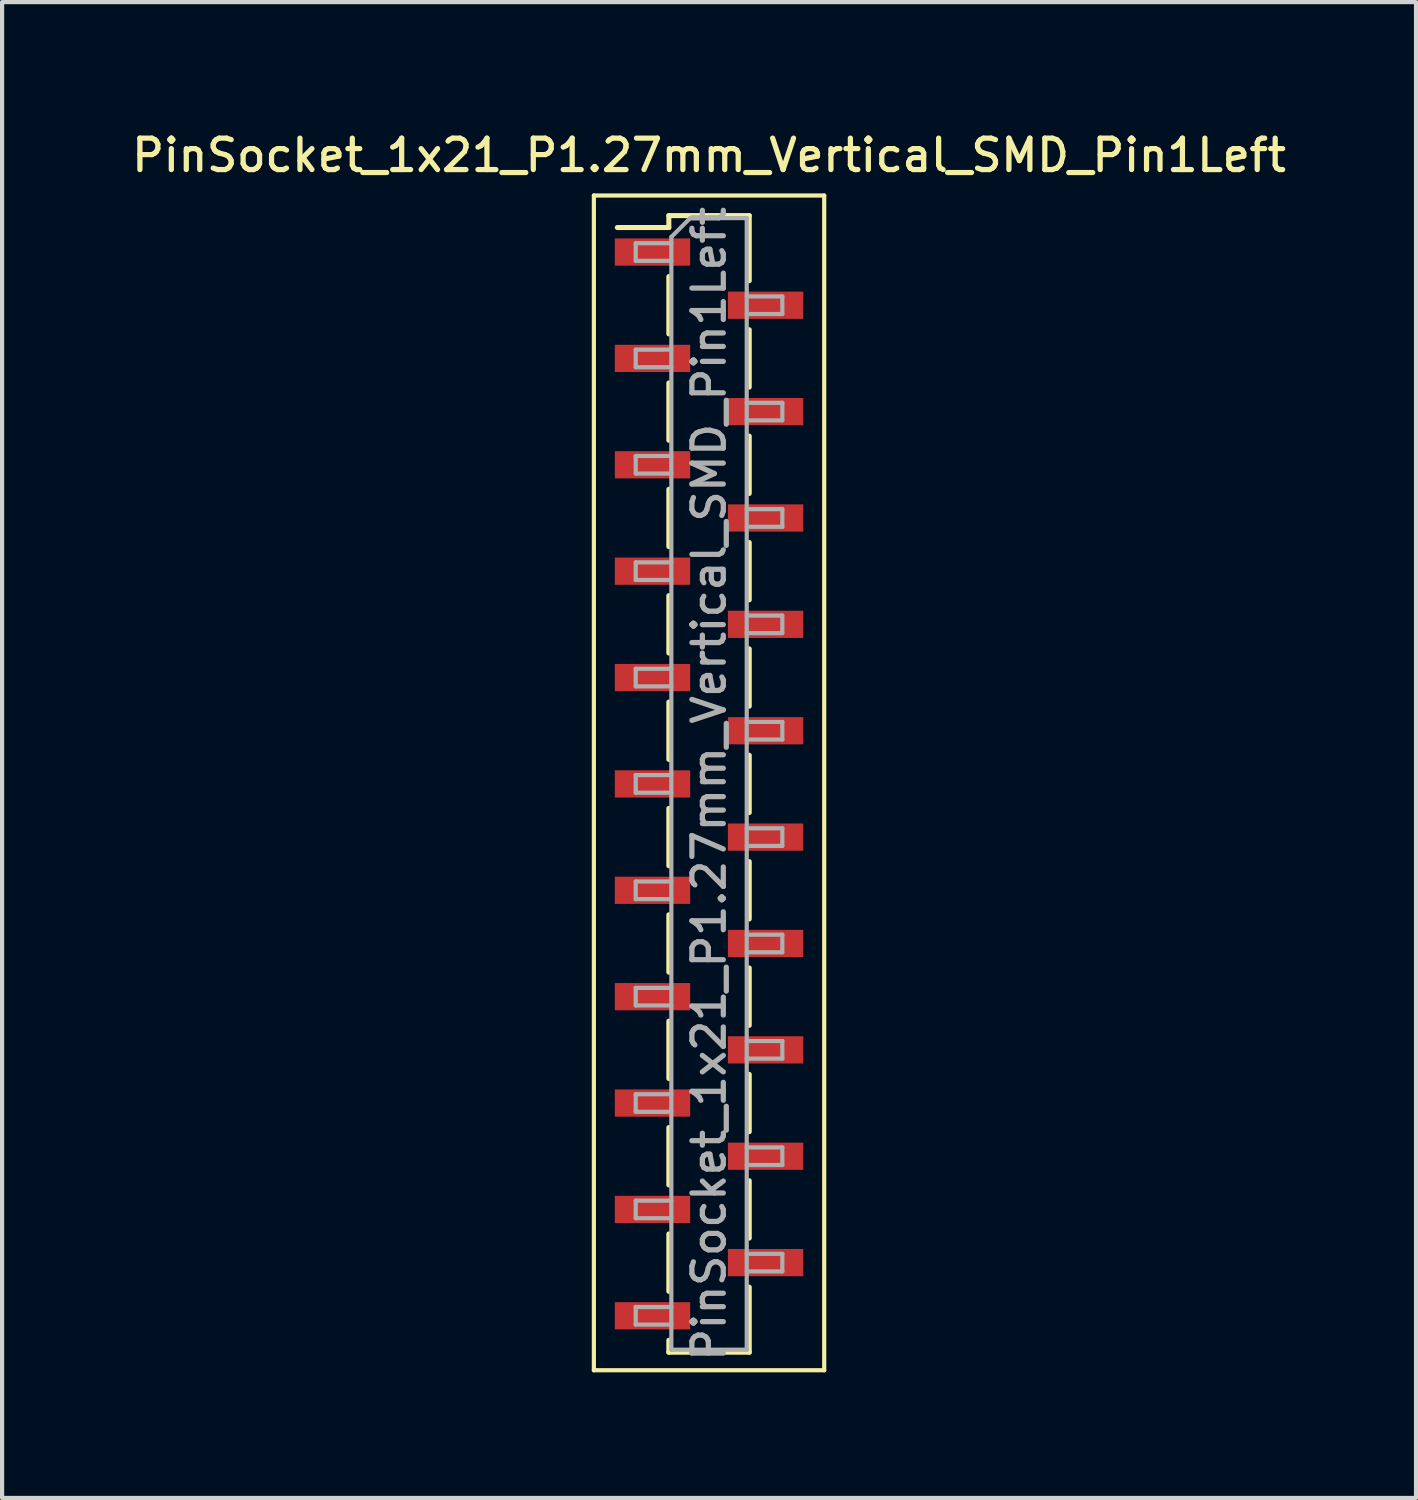
<source format=kicad_pcb>
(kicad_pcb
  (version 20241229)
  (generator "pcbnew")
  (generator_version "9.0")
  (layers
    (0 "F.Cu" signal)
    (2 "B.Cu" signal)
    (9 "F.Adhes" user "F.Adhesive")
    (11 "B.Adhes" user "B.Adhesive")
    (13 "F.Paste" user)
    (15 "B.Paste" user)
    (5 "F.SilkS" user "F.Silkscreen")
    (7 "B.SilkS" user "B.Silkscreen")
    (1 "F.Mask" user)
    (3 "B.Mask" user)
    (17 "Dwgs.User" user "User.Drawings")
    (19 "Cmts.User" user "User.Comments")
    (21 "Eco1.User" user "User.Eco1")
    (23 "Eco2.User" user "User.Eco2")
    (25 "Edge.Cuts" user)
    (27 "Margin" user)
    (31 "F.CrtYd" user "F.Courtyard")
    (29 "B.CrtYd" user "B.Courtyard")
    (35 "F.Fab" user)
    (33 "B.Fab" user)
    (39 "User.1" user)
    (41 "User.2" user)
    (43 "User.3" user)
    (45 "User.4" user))
  (footprint "PinSocket_1x21_P1.27mm_Vertical_SMD_Pin1Left"
    (layer "F.Cu")
    (at 13.88 15.668)
    (property "Reference" "PinSocket_1x21_P1.27mm_Vertical_SMD_Pin1Left" (at 0 -15.01 0) (layer "F.SilkS") (effects (font (size 0.75 0.75) (thickness 0.125))))
    (attr smd)
    (fp_line (start -2.75 -14.05) (end 2.75 -14.05) (stroke (width 0.1) (type solid)) (layer "F.SilkS"))
    (fp_line (start -2.75 14) (end -2.75 -14.05) (stroke (width 0.1) (type solid)) (layer "F.SilkS"))
    (fp_line (start -2.19 -13.285) (end -0.96 -13.285) (stroke (width 0.12) (type solid)) (layer "F.SilkS"))
    (fp_line (start -0.96 -13.57) (end -0.96 -13.285) (stroke (width 0.12) (type solid)) (layer "F.SilkS"))
    (fp_line (start -0.96 -13.57) (end 0.96 -13.57) (stroke (width 0.12) (type solid)) (layer "F.SilkS"))
    (fp_line (start -0.96 -12.115) (end -0.96 -10.745) (stroke (width 0.12) (type solid)) (layer "F.SilkS"))
    (fp_line (start -0.96 -9.575) (end -0.96 -8.205) (stroke (width 0.12) (type solid)) (layer "F.SilkS"))
    (fp_line (start -0.96 -7.035) (end -0.96 -5.665) (stroke (width 0.12) (type solid)) (layer "F.SilkS"))
    (fp_line (start -0.96 -4.495) (end -0.96 -3.125) (stroke (width 0.12) (type solid)) (layer "F.SilkS"))
    (fp_line (start -0.96 -1.955) (end -0.96 -0.585) (stroke (width 0.12) (type solid)) (layer "F.SilkS"))
    (fp_line (start -0.96 0.585) (end -0.96 1.955) (stroke (width 0.12) (type solid)) (layer "F.SilkS"))
    (fp_line (start -0.96 3.125) (end -0.96 4.495) (stroke (width 0.12) (type solid)) (layer "F.SilkS"))
    (fp_line (start -0.96 5.665) (end -0.96 7.035) (stroke (width 0.12) (type solid)) (layer "F.SilkS"))
    (fp_line (start -0.96 8.205) (end -0.96 9.575) (stroke (width 0.12) (type solid)) (layer "F.SilkS"))
    (fp_line (start -0.96 10.745) (end -0.96 12.115) (stroke (width 0.12) (type solid)) (layer "F.SilkS"))
    (fp_line (start -0.96 13.285) (end -0.96 13.57) (stroke (width 0.12) (type solid)) (layer "F.SilkS"))
    (fp_line (start -0.96 13.57) (end 0.96 13.57) (stroke (width 0.12) (type solid)) (layer "F.SilkS"))
    (fp_line (start 0.96 -13.57) (end 0.96 -12.015) (stroke (width 0.12) (type solid)) (layer "F.SilkS"))
    (fp_line (start 0.96 -10.845) (end 0.96 -9.475) (stroke (width 0.12) (type solid)) (layer "F.SilkS"))
    (fp_line (start 0.96 -8.305) (end 0.96 -6.935) (stroke (width 0.12) (type solid)) (layer "F.SilkS"))
    (fp_line (start 0.96 -5.765) (end 0.96 -4.395) (stroke (width 0.12) (type solid)) (layer "F.SilkS"))
    (fp_line (start 0.96 -3.225) (end 0.96 -1.855) (stroke (width 0.12) (type solid)) (layer "F.SilkS"))
    (fp_line (start 0.96 -0.685) (end 0.96 0.685) (stroke (width 0.12) (type solid)) (layer "F.SilkS"))
    (fp_line (start 0.96 1.855) (end 0.96 3.225) (stroke (width 0.12) (type solid)) (layer "F.SilkS"))
    (fp_line (start 0.96 4.395) (end 0.96 5.765) (stroke (width 0.12) (type solid)) (layer "F.SilkS"))
    (fp_line (start 0.96 6.935) (end 0.96 8.305) (stroke (width 0.12) (type solid)) (layer "F.SilkS"))
    (fp_line (start 0.96 9.475) (end 0.96 10.845) (stroke (width 0.12) (type solid)) (layer "F.SilkS"))
    (fp_line (start 0.96 12.015) (end 0.96 13.57) (stroke (width 0.12) (type solid)) (layer "F.SilkS"))
    (fp_line (start 2.75 -14.05) (end 2.75 14) (stroke (width 0.1) (type solid)) (layer "F.SilkS"))
    (fp_line (start 2.75 14) (end -2.75 14) (stroke (width 0.1) (type solid)) (layer "F.SilkS"))
    (fp_line (start -1.75 -12.91) (end -0.9 -12.91) (stroke (width 0.1) (type solid)) (layer "F.Fab"))
    (fp_line (start -1.75 -12.49) (end -1.75 -12.91) (stroke (width 0.1) (type solid)) (layer "F.Fab"))
    (fp_line (start -1.75 -10.37) (end -0.9 -10.37) (stroke (width 0.1) (type solid)) (layer "F.Fab"))
    (fp_line (start -1.75 -9.95) (end -1.75 -10.37) (stroke (width 0.1) (type solid)) (layer "F.Fab"))
    (fp_line (start -1.75 -7.83) (end -0.9 -7.83) (stroke (width 0.1) (type solid)) (layer "F.Fab"))
    (fp_line (start -1.75 -7.41) (end -1.75 -7.83) (stroke (width 0.1) (type solid)) (layer "F.Fab"))
    (fp_line (start -1.75 -5.29) (end -0.9 -5.29) (stroke (width 0.1) (type solid)) (layer "F.Fab"))
    (fp_line (start -1.75 -4.87) (end -1.75 -5.29) (stroke (width 0.1) (type solid)) (layer "F.Fab"))
    (fp_line (start -1.75 -2.75) (end -0.9 -2.75) (stroke (width 0.1) (type solid)) (layer "F.Fab"))
    (fp_line (start -1.75 -2.33) (end -1.75 -2.75) (stroke (width 0.1) (type solid)) (layer "F.Fab"))
    (fp_line (start -1.75 -0.21) (end -0.9 -0.21) (stroke (width 0.1) (type solid)) (layer "F.Fab"))
    (fp_line (start -1.75 0.21) (end -1.75 -0.21) (stroke (width 0.1) (type solid)) (layer "F.Fab"))
    (fp_line (start -1.75 2.33) (end -0.9 2.33) (stroke (width 0.1) (type solid)) (layer "F.Fab"))
    (fp_line (start -1.75 2.75) (end -1.75 2.33) (stroke (width 0.1) (type solid)) (layer "F.Fab"))
    (fp_line (start -1.75 4.87) (end -0.9 4.87) (stroke (width 0.1) (type solid)) (layer "F.Fab"))
    (fp_line (start -1.75 5.29) (end -1.75 4.87) (stroke (width 0.1) (type solid)) (layer "F.Fab"))
    (fp_line (start -1.75 7.41) (end -0.9 7.41) (stroke (width 0.1) (type solid)) (layer "F.Fab"))
    (fp_line (start -1.75 7.83) (end -1.75 7.41) (stroke (width 0.1) (type solid)) (layer "F.Fab"))
    (fp_line (start -1.75 9.95) (end -0.9 9.95) (stroke (width 0.1) (type solid)) (layer "F.Fab"))
    (fp_line (start -1.75 10.37) (end -1.75 9.95) (stroke (width 0.1) (type solid)) (layer "F.Fab"))
    (fp_line (start -1.75 12.49) (end -0.9 12.49) (stroke (width 0.1) (type solid)) (layer "F.Fab"))
    (fp_line (start -1.75 12.91) (end -1.75 12.49) (stroke (width 0.1) (type solid)) (layer "F.Fab"))
    (fp_line (start -0.9 -13.06) (end -0.45 -13.51) (stroke (width 0.1) (type solid)) (layer "F.Fab"))
    (fp_line (start -0.9 -12.49) (end -1.75 -12.49) (stroke (width 0.1) (type solid)) (layer "F.Fab"))
    (fp_line (start -0.9 -9.95) (end -1.75 -9.95) (stroke (width 0.1) (type solid)) (layer "F.Fab"))
    (fp_line (start -0.9 -7.41) (end -1.75 -7.41) (stroke (width 0.1) (type solid)) (layer "F.Fab"))
    (fp_line (start -0.9 -4.87) (end -1.75 -4.87) (stroke (width 0.1) (type solid)) (layer "F.Fab"))
    (fp_line (start -0.9 -2.33) (end -1.75 -2.33) (stroke (width 0.1) (type solid)) (layer "F.Fab"))
    (fp_line (start -0.9 0.21) (end -1.75 0.21) (stroke (width 0.1) (type solid)) (layer "F.Fab"))
    (fp_line (start -0.9 2.75) (end -1.75 2.75) (stroke (width 0.1) (type solid)) (layer "F.Fab"))
    (fp_line (start -0.9 5.29) (end -1.75 5.29) (stroke (width 0.1) (type solid)) (layer "F.Fab"))
    (fp_line (start -0.9 7.83) (end -1.75 7.83) (stroke (width 0.1) (type solid)) (layer "F.Fab"))
    (fp_line (start -0.9 10.37) (end -1.75 10.37) (stroke (width 0.1) (type solid)) (layer "F.Fab"))
    (fp_line (start -0.9 12.91) (end -1.75 12.91) (stroke (width 0.1) (type solid)) (layer "F.Fab"))
    (fp_line (start -0.9 13.51) (end -0.9 -13.06) (stroke (width 0.1) (type solid)) (layer "F.Fab"))
    (fp_line (start -0.45 -13.51) (end 0.9 -13.51) (stroke (width 0.1) (type solid)) (layer "F.Fab"))
    (fp_line (start 0.9 -13.51) (end 0.9 13.51) (stroke (width 0.1) (type solid)) (layer "F.Fab"))
    (fp_line (start 0.9 -11.64) (end 1.75 -11.64) (stroke (width 0.1) (type solid)) (layer "F.Fab"))
    (fp_line (start 0.9 -9.1) (end 1.75 -9.1) (stroke (width 0.1) (type solid)) (layer "F.Fab"))
    (fp_line (start 0.9 -6.56) (end 1.75 -6.56) (stroke (width 0.1) (type solid)) (layer "F.Fab"))
    (fp_line (start 0.9 -4.02) (end 1.75 -4.02) (stroke (width 0.1) (type solid)) (layer "F.Fab"))
    (fp_line (start 0.9 -1.48) (end 1.75 -1.48) (stroke (width 0.1) (type solid)) (layer "F.Fab"))
    (fp_line (start 0.9 1.06) (end 1.75 1.06) (stroke (width 0.1) (type solid)) (layer "F.Fab"))
    (fp_line (start 0.9 3.6) (end 1.75 3.6) (stroke (width 0.1) (type solid)) (layer "F.Fab"))
    (fp_line (start 0.9 6.14) (end 1.75 6.14) (stroke (width 0.1) (type solid)) (layer "F.Fab"))
    (fp_line (start 0.9 8.68) (end 1.75 8.68) (stroke (width 0.1) (type solid)) (layer "F.Fab"))
    (fp_line (start 0.9 11.22) (end 1.75 11.22) (stroke (width 0.1) (type solid)) (layer "F.Fab"))
    (fp_line (start 0.9 13.51) (end -0.9 13.51) (stroke (width 0.1) (type solid)) (layer "F.Fab"))
    (fp_line (start 1.75 -11.64) (end 1.75 -11.22) (stroke (width 0.1) (type solid)) (layer "F.Fab"))
    (fp_line (start 1.75 -11.22) (end 0.9 -11.22) (stroke (width 0.1) (type solid)) (layer "F.Fab"))
    (fp_line (start 1.75 -9.1) (end 1.75 -8.68) (stroke (width 0.1) (type solid)) (layer "F.Fab"))
    (fp_line (start 1.75 -8.68) (end 0.9 -8.68) (stroke (width 0.1) (type solid)) (layer "F.Fab"))
    (fp_line (start 1.75 -6.56) (end 1.75 -6.14) (stroke (width 0.1) (type solid)) (layer "F.Fab"))
    (fp_line (start 1.75 -6.14) (end 0.9 -6.14) (stroke (width 0.1) (type solid)) (layer "F.Fab"))
    (fp_line (start 1.75 -4.02) (end 1.75 -3.6) (stroke (width 0.1) (type solid)) (layer "F.Fab"))
    (fp_line (start 1.75 -3.6) (end 0.9 -3.6) (stroke (width 0.1) (type solid)) (layer "F.Fab"))
    (fp_line (start 1.75 -1.48) (end 1.75 -1.06) (stroke (width 0.1) (type solid)) (layer "F.Fab"))
    (fp_line (start 1.75 -1.06) (end 0.9 -1.06) (stroke (width 0.1) (type solid)) (layer "F.Fab"))
    (fp_line (start 1.75 1.06) (end 1.75 1.48) (stroke (width 0.1) (type solid)) (layer "F.Fab"))
    (fp_line (start 1.75 1.48) (end 0.9 1.48) (stroke (width 0.1) (type solid)) (layer "F.Fab"))
    (fp_line (start 1.75 3.6) (end 1.75 4.02) (stroke (width 0.1) (type solid)) (layer "F.Fab"))
    (fp_line (start 1.75 4.02) (end 0.9 4.02) (stroke (width 0.1) (type solid)) (layer "F.Fab"))
    (fp_line (start 1.75 6.14) (end 1.75 6.56) (stroke (width 0.1) (type solid)) (layer "F.Fab"))
    (fp_line (start 1.75 6.56) (end 0.9 6.56) (stroke (width 0.1) (type solid)) (layer "F.Fab"))
    (fp_line (start 1.75 8.68) (end 1.75 9.1) (stroke (width 0.1) (type solid)) (layer "F.Fab"))
    (fp_line (start 1.75 9.1) (end 0.9 9.1) (stroke (width 0.1) (type solid)) (layer "F.Fab"))
    (fp_line (start 1.75 11.22) (end 1.75 11.64) (stroke (width 0.1) (type solid)) (layer "F.Fab"))
    (fp_line (start 1.75 11.64) (end 0.9 11.64) (stroke (width 0.1) (type solid)) (layer "F.Fab"))
    (fp_text user "${REFERENCE}" (at 0 0 90) (layer "F.Fab") (effects (font (size 0.75 0.75) (thickness 0.125))))
    (pad "1" smd rect (at -1.35 -12.7) (size 1.8 0.65) (layers "F.Cu" "F.Mask" "F.Paste"))
    (pad "2" smd rect (at 1.35 -11.43) (size 1.8 0.65) (layers "F.Cu" "F.Mask" "F.Paste"))
    (pad "3" smd rect (at -1.35 -10.16) (size 1.8 0.65) (layers "F.Cu" "F.Mask" "F.Paste"))
    (pad "4" smd rect (at 1.35 -8.89) (size 1.8 0.65) (layers "F.Cu" "F.Mask" "F.Paste"))
    (pad "5" smd rect (at -1.35 -7.62) (size 1.8 0.65) (layers "F.Cu" "F.Mask" "F.Paste"))
    (pad "6" smd rect (at 1.35 -6.35) (size 1.8 0.65) (layers "F.Cu" "F.Mask" "F.Paste"))
    (pad "7" smd rect (at -1.35 -5.08) (size 1.8 0.65) (layers "F.Cu" "F.Mask" "F.Paste"))
    (pad "8" smd rect (at 1.35 -3.81) (size 1.8 0.65) (layers "F.Cu" "F.Mask" "F.Paste"))
    (pad "9" smd rect (at -1.35 -2.54) (size 1.8 0.65) (layers "F.Cu" "F.Mask" "F.Paste"))
    (pad "10" smd rect (at 1.35 -1.27) (size 1.8 0.65) (layers "F.Cu" "F.Mask" "F.Paste"))
    (pad "11" smd rect (at -1.35 0) (size 1.8 0.65) (layers "F.Cu" "F.Mask" "F.Paste"))
    (pad "12" smd rect (at 1.35 1.27) (size 1.8 0.65) (layers "F.Cu" "F.Mask" "F.Paste"))
    (pad "13" smd rect (at -1.35 2.54) (size 1.8 0.65) (layers "F.Cu" "F.Mask" "F.Paste"))
    (pad "14" smd rect (at 1.35 3.81) (size 1.8 0.65) (layers "F.Cu" "F.Mask" "F.Paste"))
    (pad "15" smd rect (at -1.35 5.08) (size 1.8 0.65) (layers "F.Cu" "F.Mask" "F.Paste"))
    (pad "16" smd rect (at 1.35 6.35) (size 1.8 0.65) (layers "F.Cu" "F.Mask" "F.Paste"))
    (pad "17" smd rect (at -1.35 7.62) (size 1.8 0.65) (layers "F.Cu" "F.Mask" "F.Paste"))
    (pad "18" smd rect (at 1.35 8.89) (size 1.8 0.65) (layers "F.Cu" "F.Mask" "F.Paste"))
    (pad "19" smd rect (at -1.35 10.16) (size 1.8 0.65) (layers "F.Cu" "F.Mask" "F.Paste"))
    (pad "20" smd rect (at 1.35 11.43) (size 1.8 0.65) (layers "F.Cu" "F.Mask" "F.Paste"))
    (pad "21" smd rect (at -1.35 12.7) (size 1.8 0.65) (layers "F.Cu" "F.Mask" "F.Paste")))
  (gr_rect
    (start -3 -3)
    (end 30.761 32.718)
    (stroke (width 0.1) (type default))
    (fill no)
    (layer "Edge.Cuts")))
</source>
